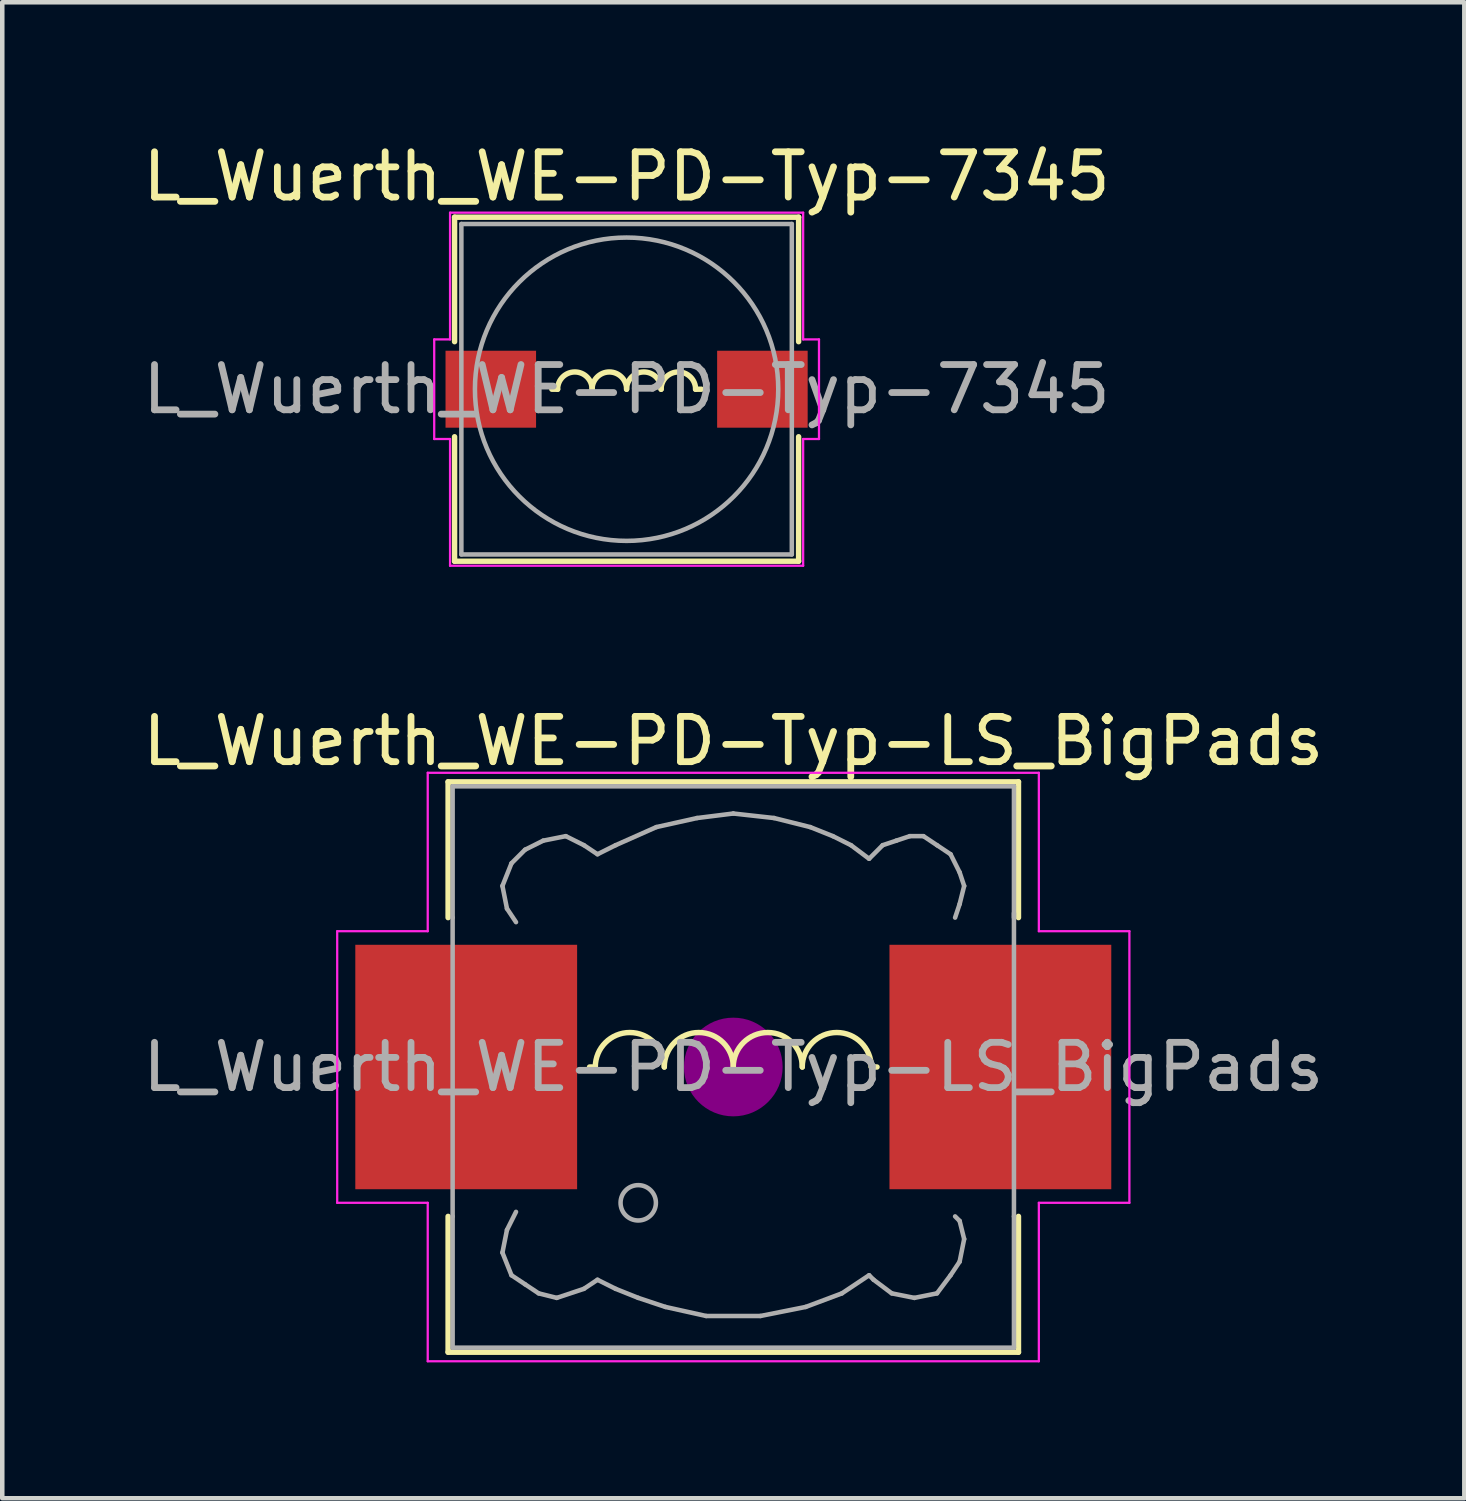
<source format=kicad_pcb>
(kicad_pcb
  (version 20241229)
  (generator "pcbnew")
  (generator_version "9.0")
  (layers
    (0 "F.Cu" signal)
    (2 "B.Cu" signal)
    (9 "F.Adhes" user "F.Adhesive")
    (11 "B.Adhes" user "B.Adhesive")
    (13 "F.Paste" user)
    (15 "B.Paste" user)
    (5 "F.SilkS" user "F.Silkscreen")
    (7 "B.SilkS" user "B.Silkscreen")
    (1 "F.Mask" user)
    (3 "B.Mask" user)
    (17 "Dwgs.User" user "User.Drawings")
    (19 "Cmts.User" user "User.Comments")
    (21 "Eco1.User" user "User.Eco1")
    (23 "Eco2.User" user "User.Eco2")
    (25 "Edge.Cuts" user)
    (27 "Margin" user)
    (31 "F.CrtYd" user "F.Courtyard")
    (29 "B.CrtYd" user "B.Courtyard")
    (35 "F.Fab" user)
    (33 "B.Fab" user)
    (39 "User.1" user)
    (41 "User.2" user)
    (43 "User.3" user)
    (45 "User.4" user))
  (footprint "L_Wuerth_WE-PD-Typ-7345"
    (layer "F.Cu")
    (at 10.792 5.548)
    (property "Reference" "L_Wuerth_WE-PD-Typ-7345" (at 0 -4.7 0) (layer "F.SilkS") (effects (font (size 1 1) (thickness 0.15))))
    (attr smd)
    (fp_line (start -3.8 -3.8) (end 3.8 -3.8) (stroke (width 0.12) (type solid)) (layer "F.SilkS"))
    (fp_line (start -3.8 -1.05) (end -3.8 -3.8) (stroke (width 0.12) (type solid)) (layer "F.SilkS"))
    (fp_line (start -3.8 3.8) (end -3.8 1.05) (stroke (width 0.12) (type solid)) (layer "F.SilkS"))
    (fp_line (start -3.8 3.8) (end 3.8 3.8) (stroke (width 0.12) (type solid)) (layer "F.SilkS"))
    (fp_line (start -1.524 0) (end -1.651 0) (stroke (width 0.12) (type solid)) (layer "F.SilkS"))
    (fp_line (start 1.524 0) (end 1.651 0) (stroke (width 0.12) (type solid)) (layer "F.SilkS"))
    (fp_line (start 3.8 -1.05) (end 3.8 -3.8) (stroke (width 0.12) (type solid)) (layer "F.SilkS"))
    (fp_line (start 3.8 3.8) (end 3.8 1.05) (stroke (width 0.12) (type solid)) (layer "F.SilkS"))
    (fp_arc (start -1.524 0) (mid -1.143 -0.381) (end -0.762 0) (stroke (width 0.12) (type solid)) (layer "F.SilkS"))
    (fp_arc (start -0.762 0) (mid -0.381 -0.381) (end 0 0) (stroke (width 0.12) (type solid)) (layer "F.SilkS"))
    (fp_arc (start 0 0) (mid 0.381 -0.381) (end 0.762 0) (stroke (width 0.12) (type solid)) (layer "F.SilkS"))
    (fp_arc (start 0.762 0) (mid 1.143 -0.381) (end 1.524 0) (stroke (width 0.12) (type solid)) (layer "F.SilkS"))
    (fp_line (start -4.25 -1.1) (end -3.9 -1.1) (stroke (width 0.05) (type solid)) (layer "F.CrtYd"))
    (fp_line (start -4.25 1.1) (end -4.25 -1.1) (stroke (width 0.05) (type solid)) (layer "F.CrtYd"))
    (fp_line (start -4.25 1.1) (end -3.9 1.1) (stroke (width 0.05) (type solid)) (layer "F.CrtYd"))
    (fp_line (start -3.9 -3.9) (end 3.9 -3.9) (stroke (width 0.05) (type solid)) (layer "F.CrtYd"))
    (fp_line (start -3.9 -1.1) (end -3.9 -3.9) (stroke (width 0.05) (type solid)) (layer "F.CrtYd"))
    (fp_line (start -3.9 3.9) (end -3.9 1.1) (stroke (width 0.05) (type solid)) (layer "F.CrtYd"))
    (fp_line (start 3.9 -1.1) (end 3.9 -3.9) (stroke (width 0.05) (type solid)) (layer "F.CrtYd"))
    (fp_line (start 3.9 -1.1) (end 4.25 -1.1) (stroke (width 0.05) (type solid)) (layer "F.CrtYd"))
    (fp_line (start 3.9 1.1) (end 4.25 1.1) (stroke (width 0.05) (type solid)) (layer "F.CrtYd"))
    (fp_line (start 3.9 3.9) (end -3.9 3.9) (stroke (width 0.05) (type solid)) (layer "F.CrtYd"))
    (fp_line (start 3.9 3.9) (end 3.9 1.1) (stroke (width 0.05) (type solid)) (layer "F.CrtYd"))
    (fp_line (start 4.25 1.1) (end 4.25 -1.1) (stroke (width 0.05) (type solid)) (layer "F.CrtYd"))
    (fp_line (start -3.65 -3.65) (end -3.65 3.65) (stroke (width 0.1) (type solid)) (layer "F.Fab"))
    (fp_line (start -3.65 3.65) (end 3.65 3.65) (stroke (width 0.1) (type solid)) (layer "F.Fab"))
    (fp_line (start 3.65 -3.65) (end -3.65 -3.65) (stroke (width 0.1) (type solid)) (layer "F.Fab"))
    (fp_line (start 3.65 3.65) (end 3.65 -3.65) (stroke (width 0.1) (type solid)) (layer "F.Fab"))
    (fp_circle (center 0 0) (end 3.35 -0.05) (stroke (width 0.1) (type solid)) (fill no) (layer "F.Fab"))
    (fp_text user "${REFERENCE}" (at 0 0 0) (layer "F.Fab") (effects (font (size 1 1) (thickness 0.15))))
    (pad "1" smd rect (at -3 0) (size 2 1.7) (layers "F.Cu" "F.Mask" "F.Paste"))
    (pad "2" smd rect (at 3 0) (size 2 1.7) (layers "F.Cu" "F.Mask" "F.Paste")))
  (footprint "L_Wuerth_WE-PD-Typ-LS_BigPads"
    (layer "F.Cu")
    (at 13.149 20.521)
    (property "Reference" "L_Wuerth_WE-PD-Typ-LS_BigPads" (at 0 -7.2 0) (layer "F.SilkS") (effects (font (size 1 1) (thickness 0.15))))
    (attr smd)
    (fp_line (start -6.3 -6.3) (end 6.3 -6.3) (stroke (width 0.12) (type solid)) (layer "F.SilkS"))
    (fp_line (start -6.3 -3.3) (end -6.3 -6.3) (stroke (width 0.12) (type solid)) (layer "F.SilkS"))
    (fp_line (start -6.3 6.3) (end -6.3 3.3) (stroke (width 0.12) (type solid)) (layer "F.SilkS"))
    (fp_line (start -3.048 0) (end -3.175 0) (stroke (width 0.12) (type solid)) (layer "F.SilkS"))
    (fp_line (start 3.175 0) (end 3.048 0) (stroke (width 0.12) (type solid)) (layer "F.SilkS"))
    (fp_line (start 6.3 -6.3) (end 6.3 -3.3) (stroke (width 0.12) (type solid)) (layer "F.SilkS"))
    (fp_line (start 6.3 3.3) (end 6.3 6.3) (stroke (width 0.12) (type solid)) (layer "F.SilkS"))
    (fp_line (start 6.3 6.3) (end -6.3 6.3) (stroke (width 0.12) (type solid)) (layer "F.SilkS"))
    (fp_arc (start -3.048 0) (mid -2.286 -0.762) (end -1.524 0) (stroke (width 0.12) (type solid)) (layer "F.SilkS"))
    (fp_arc (start -1.524 0) (mid -0.762 -0.762) (end 0 0) (stroke (width 0.12) (type solid)) (layer "F.SilkS"))
    (fp_arc (start 0 0) (mid 0.762 -0.762) (end 1.524 0) (stroke (width 0.12) (type solid)) (layer "F.SilkS"))
    (fp_arc (start 1.524 0) (mid 2.286 -0.762) (end 3.048 0) (stroke (width 0.12) (type solid)) (layer "F.SilkS"))
    (fp_circle (center 0 0) (end 0.15 0.15) (stroke (width 0.38) (type solid)) (fill no) (layer "F.Adhes"))
    (fp_circle (center 0 0) (end 0.55 0) (stroke (width 0.38) (type solid)) (fill no) (layer "F.Adhes"))
    (fp_circle (center 0 0) (end 0.9 0) (stroke (width 0.38) (type solid)) (fill no) (layer "F.Adhes"))
    (fp_line (start -8.75 -3) (end -6.75 -3) (stroke (width 0.05) (type solid)) (layer "F.CrtYd"))
    (fp_line (start -8.75 3) (end -8.75 -3) (stroke (width 0.05) (type solid)) (layer "F.CrtYd"))
    (fp_line (start -6.75 -6.5) (end 6.75 -6.5) (stroke (width 0.05) (type solid)) (layer "F.CrtYd"))
    (fp_line (start -6.75 -3) (end -6.75 -6.5) (stroke (width 0.05) (type solid)) (layer "F.CrtYd"))
    (fp_line (start -6.75 3) (end -8.75 3) (stroke (width 0.05) (type solid)) (layer "F.CrtYd"))
    (fp_line (start -6.75 6.5) (end -6.75 3) (stroke (width 0.05) (type solid)) (layer "F.CrtYd"))
    (fp_line (start 6.75 -6.5) (end 6.75 -3) (stroke (width 0.05) (type solid)) (layer "F.CrtYd"))
    (fp_line (start 6.75 -3) (end 8.75 -3) (stroke (width 0.05) (type solid)) (layer "F.CrtYd"))
    (fp_line (start 6.75 3) (end 6.75 6.5) (stroke (width 0.05) (type solid)) (layer "F.CrtYd"))
    (fp_line (start 6.75 6.5) (end -6.75 6.5) (stroke (width 0.05) (type solid)) (layer "F.CrtYd"))
    (fp_line (start 8.75 -3) (end 8.75 3) (stroke (width 0.05) (type solid)) (layer "F.CrtYd"))
    (fp_line (start 8.75 3) (end 6.75 3) (stroke (width 0.05) (type solid)) (layer "F.CrtYd"))
    (fp_line (start -6.2 -6.2) (end -6.2 -3.3) (stroke (width 0.1) (type solid)) (layer "F.Fab"))
    (fp_line (start -6.2 -3.3) (end -6.2 3.3) (stroke (width 0.1) (type solid)) (layer "F.Fab"))
    (fp_line (start -6.2 3.3) (end -6.2 6.2) (stroke (width 0.1) (type solid)) (layer "F.Fab"))
    (fp_line (start -6.2 6.2) (end 6.2 6.2) (stroke (width 0.1) (type solid)) (layer "F.Fab"))
    (fp_line (start -5.1 -4) (end -5 -3.5) (stroke (width 0.1) (type solid)) (layer "F.Fab"))
    (fp_line (start -5.1 4.1) (end -5 3.6) (stroke (width 0.1) (type solid)) (layer "F.Fab"))
    (fp_line (start -5 -3.5) (end -4.8 -3.2) (stroke (width 0.1) (type solid)) (layer "F.Fab"))
    (fp_line (start -5 3.6) (end -4.8 3.2) (stroke (width 0.1) (type solid)) (layer "F.Fab"))
    (fp_line (start -4.9 -4.5) (end -5.1 -4) (stroke (width 0.1) (type solid)) (layer "F.Fab"))
    (fp_line (start -4.9 4.6) (end -5.1 4.1) (stroke (width 0.1) (type solid)) (layer "F.Fab"))
    (fp_line (start -4.6 -4.8) (end -4.9 -4.5) (stroke (width 0.1) (type solid)) (layer "F.Fab"))
    (fp_line (start -4.6 4.8) (end -4.9 4.6) (stroke (width 0.1) (type solid)) (layer "F.Fab"))
    (fp_line (start -4.3 5) (end -4.6 4.8) (stroke (width 0.1) (type solid)) (layer "F.Fab"))
    (fp_line (start -4.2 -5) (end -4.6 -4.8) (stroke (width 0.1) (type solid)) (layer "F.Fab"))
    (fp_line (start -3.9 5.1) (end -4.3 5) (stroke (width 0.1) (type solid)) (layer "F.Fab"))
    (fp_line (start -3.7 -5.1) (end -4.2 -5) (stroke (width 0.1) (type solid)) (layer "F.Fab"))
    (fp_line (start -3.3 -4.9) (end -3.7 -5.1) (stroke (width 0.1) (type solid)) (layer "F.Fab"))
    (fp_line (start -3.3 4.9) (end -3.9 5.1) (stroke (width 0.1) (type solid)) (layer "F.Fab"))
    (fp_line (start -3 -4.7) (end -3.3 -4.9) (stroke (width 0.1) (type solid)) (layer "F.Fab"))
    (fp_line (start -3 4.7) (end -3.3 4.9) (stroke (width 0.1) (type solid)) (layer "F.Fab"))
    (fp_line (start -2.6 -4.9) (end -3 -4.7) (stroke (width 0.1) (type solid)) (layer "F.Fab"))
    (fp_line (start -2.6 4.9) (end -3 4.7) (stroke (width 0.1) (type solid)) (layer "F.Fab"))
    (fp_line (start -2.1 5.1) (end -2.6 4.9) (stroke (width 0.1) (type solid)) (layer "F.Fab"))
    (fp_line (start -1.7 -5.3) (end -2.6 -4.9) (stroke (width 0.1) (type solid)) (layer "F.Fab"))
    (fp_line (start -1.5 5.3) (end -2.1 5.1) (stroke (width 0.1) (type solid)) (layer "F.Fab"))
    (fp_line (start -0.8 -5.5) (end -1.7 -5.3) (stroke (width 0.1) (type solid)) (layer "F.Fab"))
    (fp_line (start -0.6 5.5) (end -1.5 5.3) (stroke (width 0.1) (type solid)) (layer "F.Fab"))
    (fp_line (start 0 -5.6) (end -0.8 -5.5) (stroke (width 0.1) (type solid)) (layer "F.Fab"))
    (fp_line (start 0.6 5.5) (end -0.6 5.5) (stroke (width 0.1) (type solid)) (layer "F.Fab"))
    (fp_line (start 0.9 -5.5) (end 0 -5.6) (stroke (width 0.1) (type solid)) (layer "F.Fab"))
    (fp_line (start 1.6 5.3) (end 0.6 5.5) (stroke (width 0.1) (type solid)) (layer "F.Fab"))
    (fp_line (start 1.7 -5.3) (end 0.9 -5.5) (stroke (width 0.1) (type solid)) (layer "F.Fab"))
    (fp_line (start 2.2 -5.1) (end 1.7 -5.3) (stroke (width 0.1) (type solid)) (layer "F.Fab"))
    (fp_line (start 2.4 5) (end 1.6 5.3) (stroke (width 0.1) (type solid)) (layer "F.Fab"))
    (fp_line (start 2.6 -4.9) (end 2.2 -5.1) (stroke (width 0.1) (type solid)) (layer "F.Fab"))
    (fp_line (start 3 -4.6) (end 2.6 -4.9) (stroke (width 0.1) (type solid)) (layer "F.Fab"))
    (fp_line (start 3 4.6) (end 2.4 5) (stroke (width 0.1) (type solid)) (layer "F.Fab"))
    (fp_line (start 3.1 4.7) (end 3 4.6) (stroke (width 0.1) (type solid)) (layer "F.Fab"))
    (fp_line (start 3.3 -4.9) (end 3 -4.6) (stroke (width 0.1) (type solid)) (layer "F.Fab"))
    (fp_line (start 3.5 5) (end 3.1 4.7) (stroke (width 0.1) (type solid)) (layer "F.Fab"))
    (fp_line (start 3.6 -5) (end 3.3 -4.9) (stroke (width 0.1) (type solid)) (layer "F.Fab"))
    (fp_line (start 3.9 -5.1) (end 3.6 -5) (stroke (width 0.1) (type solid)) (layer "F.Fab"))
    (fp_line (start 4 5.1) (end 3.5 5) (stroke (width 0.1) (type solid)) (layer "F.Fab"))
    (fp_line (start 4.2 -5.1) (end 3.9 -5.1) (stroke (width 0.1) (type solid)) (layer "F.Fab"))
    (fp_line (start 4.5 -4.9) (end 4.2 -5.1) (stroke (width 0.1) (type solid)) (layer "F.Fab"))
    (fp_line (start 4.5 5) (end 4 5.1) (stroke (width 0.1) (type solid)) (layer "F.Fab"))
    (fp_line (start 4.8 -4.7) (end 4.5 -4.9) (stroke (width 0.1) (type solid)) (layer "F.Fab"))
    (fp_line (start 4.8 4.6) (end 4.5 5) (stroke (width 0.1) (type solid)) (layer "F.Fab"))
    (fp_line (start 4.9 -3.3) (end 5 -3.6) (stroke (width 0.1) (type solid)) (layer "F.Fab"))
    (fp_line (start 4.9 3.3) (end 5 3.4) (stroke (width 0.1) (type solid)) (layer "F.Fab"))
    (fp_line (start 5 -4.3) (end 4.8 -4.7) (stroke (width 0.1) (type solid)) (layer "F.Fab"))
    (fp_line (start 5 -3.6) (end 5.1 -4) (stroke (width 0.1) (type solid)) (layer "F.Fab"))
    (fp_line (start 5 3.4) (end 5.1 3.8) (stroke (width 0.1) (type solid)) (layer "F.Fab"))
    (fp_line (start 5 4.3) (end 4.8 4.6) (stroke (width 0.1) (type solid)) (layer "F.Fab"))
    (fp_line (start 5.1 -4) (end 5 -4.3) (stroke (width 0.1) (type solid)) (layer "F.Fab"))
    (fp_line (start 5.1 3.8) (end 5 4.3) (stroke (width 0.1) (type solid)) (layer "F.Fab"))
    (fp_line (start 6.2 -6.2) (end -6.2 -6.2) (stroke (width 0.1) (type solid)) (layer "F.Fab"))
    (fp_line (start 6.2 -6.2) (end 6.2 -3.3) (stroke (width 0.1) (type solid)) (layer "F.Fab"))
    (fp_line (start 6.2 3.3) (end 6.2 -3.4) (stroke (width 0.1) (type solid)) (layer "F.Fab"))
    (fp_line (start 6.2 6.2) (end 6.2 3.3) (stroke (width 0.1) (type solid)) (layer "F.Fab"))
    (fp_circle (center -2.1 3) (end -1.8 3.25) (stroke (width 0.1) (type solid)) (fill no) (layer "F.Fab"))
    (fp_text user "${REFERENCE}" (at 0 0 0) (layer "F.Fab") (effects (font (size 1 1) (thickness 0.15))))
    (pad "1" smd rect (at -5.9 0) (size 4.9 5.4) (layers "F.Cu" "F.Mask" "F.Paste"))
    (pad "2" smd rect (at 5.9 0) (size 4.9 5.4) (layers "F.Cu" "F.Mask" "F.Paste")))
  (gr_rect
    (start -3 -3)
    (end 29.298 30.047)
    (stroke (width 0.1) (type default))
    (fill no)
    (layer "Edge.Cuts")))
</source>
